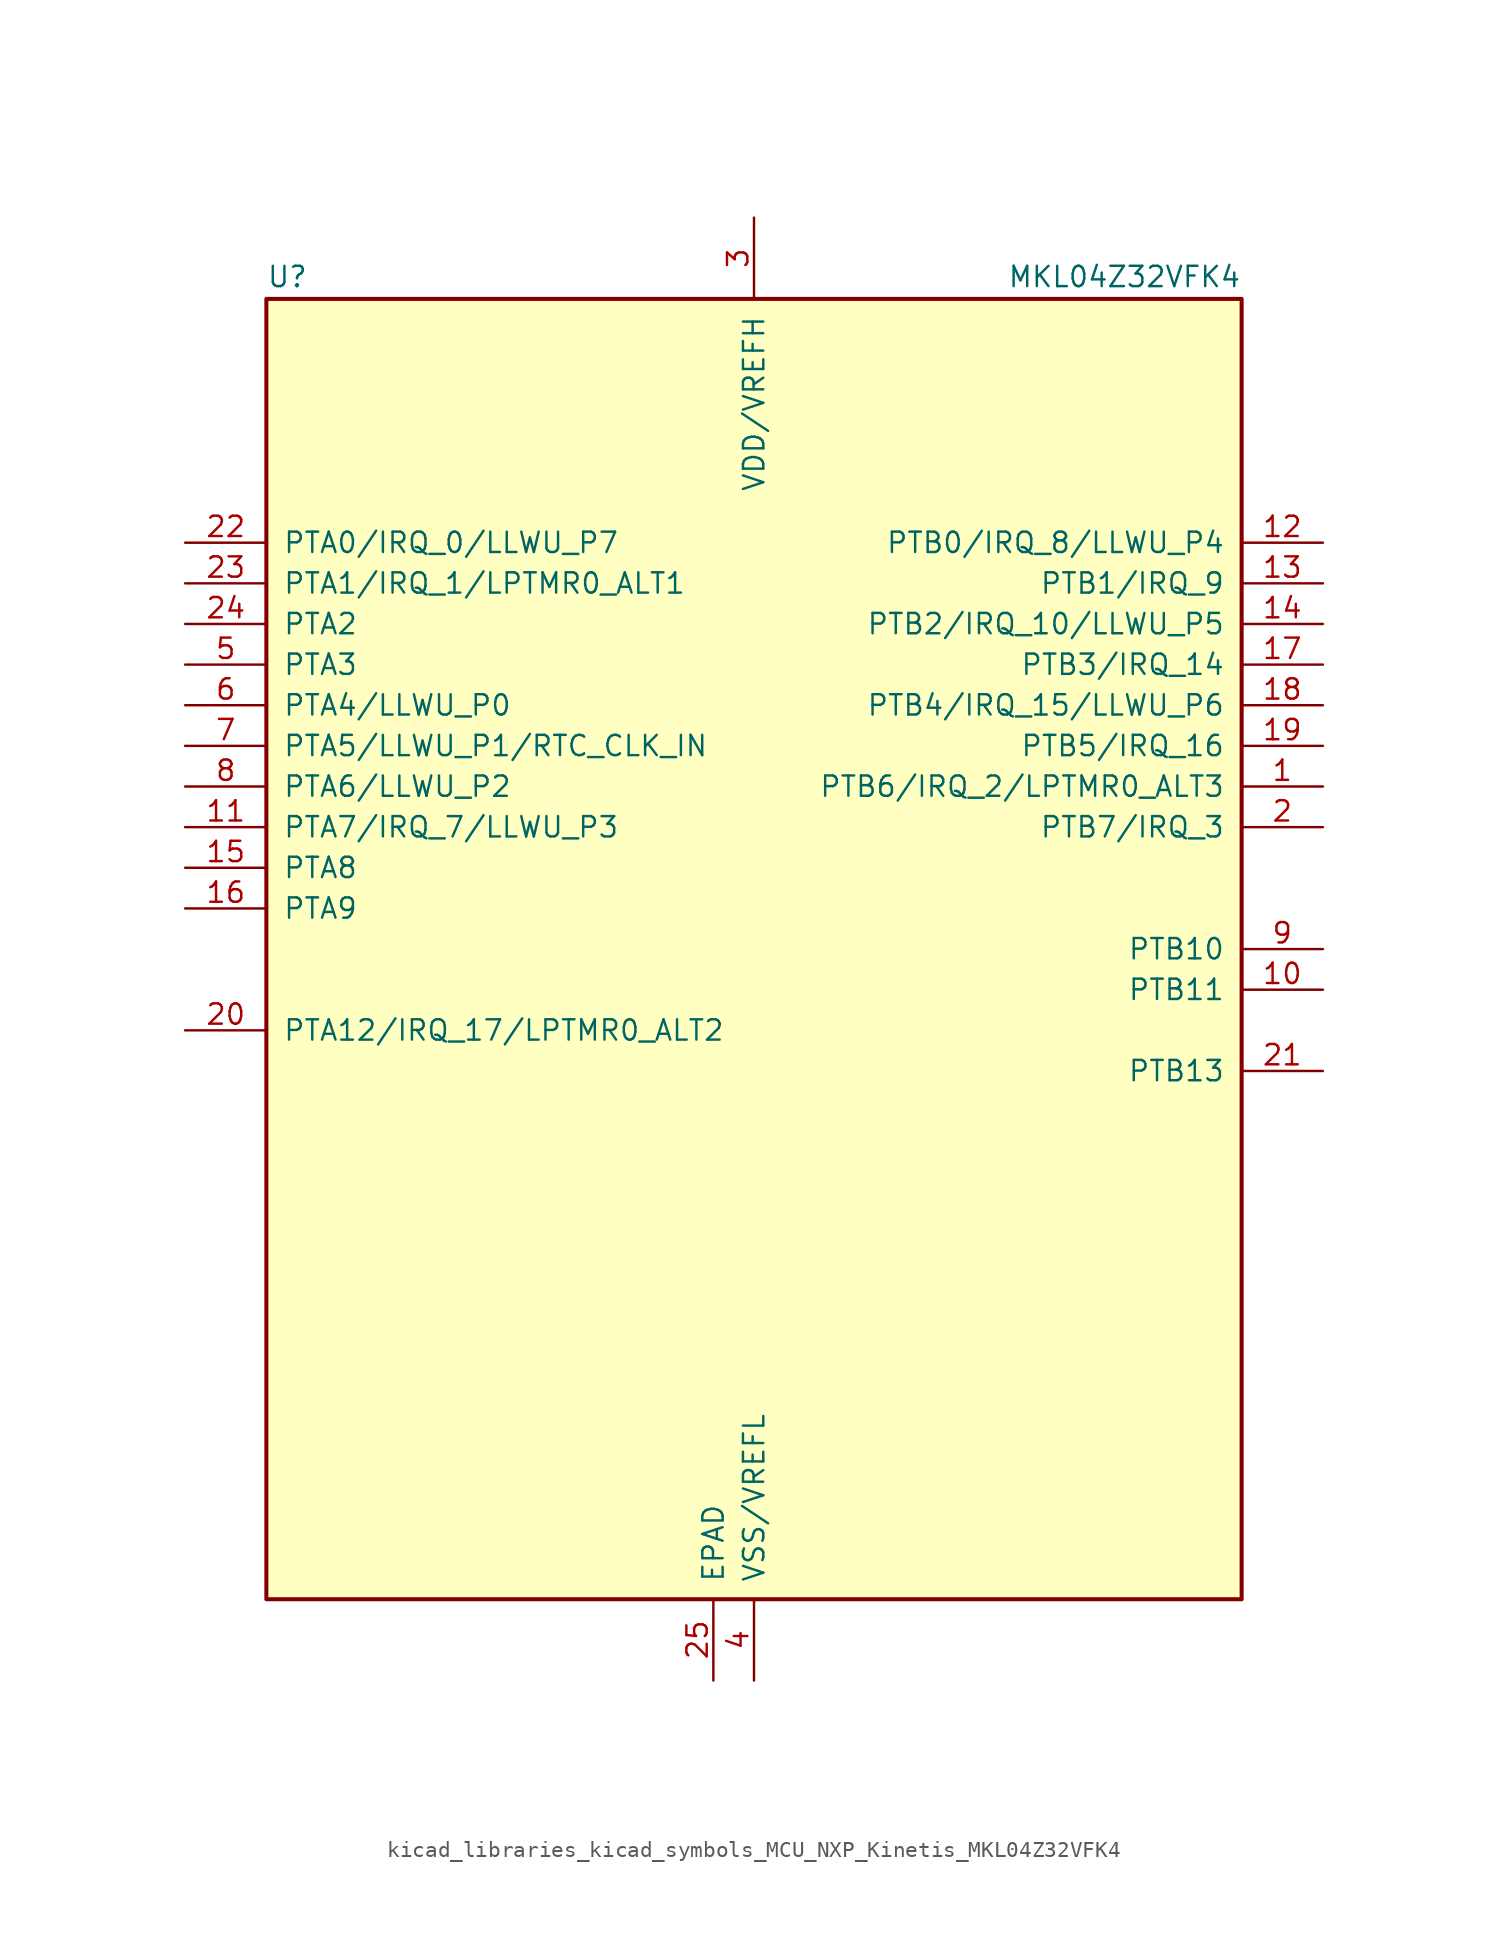
<source format=kicad_sym>
(kicad_symbol_lib
  (version 20220914)
  (generator kicad_symbol_editor)
  (symbol "kicad_libraries_kicad_symbols_MCU_NXP_Kinetis_MKL04Z32VFK4"
    (pin_names
      (offset 1.016))
    (property "Reference" "U"
      (at -30.48 41.275 0)
      (effects (font (size 1.27 1.27)) (justify left bottom)))
    (property "Value" "MKL04Z32VFK4"
      (at 30.48 41.275 0)
      (effects (font (size 1.27 1.27)) (justify right bottom)))
    (symbol "kicad_libraries_kicad_symbols_MCU_NXP_Kinetis_MKL04Z32VFK4_0_1"
      (rectangle (start -30.48 40.64) (end 30.48 -40.64) (stroke (width 0.254) (type default)) (fill (type background))))
    (symbol "kicad_libraries_kicad_symbols_MCU_NXP_Kinetis_MKL04Z32VFK4_1_1"
      (pin bidirectional line (at 35.56 10.16 180) (length 5.08) (name "PTB6/IRQ_2/LPTMR0_ALT3" (effects (font (size 1.27 1.27)))) (number "1" (effects (font (size 1.27 1.27)))))
      (pin bidirectional line (at 35.56 -2.54 180) (length 5.08) (name "PTB11" (effects (font (size 1.27 1.27)))) (number "10" (effects (font (size 1.27 1.27)))))
      (pin bidirectional line (at -35.56 7.62 0) (length 5.08) (name "PTA7/IRQ_7/LLWU_P3" (effects (font (size 1.27 1.27)))) (number "11" (effects (font (size 1.27 1.27)))))
      (pin bidirectional line (at 35.56 25.4 180) (length 5.08) (name "PTB0/IRQ_8/LLWU_P4" (effects (font (size 1.27 1.27)))) (number "12" (effects (font (size 1.27 1.27)))))
      (pin bidirectional line (at 35.56 22.86 180) (length 5.08) (name "PTB1/IRQ_9" (effects (font (size 1.27 1.27)))) (number "13" (effects (font (size 1.27 1.27)))))
      (pin bidirectional line (at 35.56 20.32 180) (length 5.08) (name "PTB2/IRQ_10/LLWU_P5" (effects (font (size 1.27 1.27)))) (number "14" (effects (font (size 1.27 1.27)))))
      (pin bidirectional line (at -35.56 5.08 0) (length 5.08) (name "PTA8" (effects (font (size 1.27 1.27)))) (number "15" (effects (font (size 1.27 1.27)))))
      (pin bidirectional line (at -35.56 2.54 0) (length 5.08) (name "PTA9" (effects (font (size 1.27 1.27)))) (number "16" (effects (font (size 1.27 1.27)))))
      (pin bidirectional line (at 35.56 17.78 180) (length 5.08) (name "PTB3/IRQ_14" (effects (font (size 1.27 1.27)))) (number "17" (effects (font (size 1.27 1.27)))))
      (pin bidirectional line (at 35.56 15.24 180) (length 5.08) (name "PTB4/IRQ_15/LLWU_P6" (effects (font (size 1.27 1.27)))) (number "18" (effects (font (size 1.27 1.27)))))
      (pin bidirectional line (at 35.56 12.7 180) (length 5.08) (name "PTB5/IRQ_16" (effects (font (size 1.27 1.27)))) (number "19" (effects (font (size 1.27 1.27)))))
      (pin bidirectional line (at 35.56 7.62 180) (length 5.08) (name "PTB7/IRQ_3" (effects (font (size 1.27 1.27)))) (number "2" (effects (font (size 1.27 1.27)))))
      (pin bidirectional line (at -35.56 -5.08 0) (length 5.08) (name "PTA12/IRQ_17/LPTMR0_ALT2" (effects (font (size 1.27 1.27)))) (number "20" (effects (font (size 1.27 1.27)))))
      (pin bidirectional line (at 35.56 -7.62 180) (length 5.08) (name "PTB13" (effects (font (size 1.27 1.27)))) (number "21" (effects (font (size 1.27 1.27)))))
      (pin bidirectional line (at -35.56 25.4 0) (length 5.08) (name "PTA0/IRQ_0/LLWU_P7" (effects (font (size 1.27 1.27)))) (number "22" (effects (font (size 1.27 1.27)))))
      (pin bidirectional line (at -35.56 22.86 0) (length 5.08) (name "PTA1/IRQ_1/LPTMR0_ALT1" (effects (font (size 1.27 1.27)))) (number "23" (effects (font (size 1.27 1.27)))))
      (pin bidirectional line (at -35.56 20.32 0) (length 5.08) (name "PTA2" (effects (font (size 1.27 1.27)))) (number "24" (effects (font (size 1.27 1.27)))))
      (pin power_in line (at -2.54 -45.72 90) (length 5.08) (name "EPAD" (effects (font (size 1.27 1.27)))) (number "25" (effects (font (size 1.27 1.27)))))
      (pin power_in line (at 0 45.72 270) (length 5.08) (name "VDD/VREFH" (effects (font (size 1.27 1.27)))) (number "3" (effects (font (size 1.27 1.27)))))
      (pin power_in line (at 0 -45.72 90) (length 5.08) (name "VSS/VREFL" (effects (font (size 1.27 1.27)))) (number "4" (effects (font (size 1.27 1.27)))))
      (pin bidirectional line (at -35.56 17.78 0) (length 5.08) (name "PTA3" (effects (font (size 1.27 1.27)))) (number "5" (effects (font (size 1.27 1.27)))))
      (pin bidirectional line (at -35.56 15.24 0) (length 5.08) (name "PTA4/LLWU_P0" (effects (font (size 1.27 1.27)))) (number "6" (effects (font (size 1.27 1.27)))))
      (pin bidirectional line (at -35.56 12.7 0) (length 5.08) (name "PTA5/LLWU_P1/RTC_CLK_IN" (effects (font (size 1.27 1.27)))) (number "7" (effects (font (size 1.27 1.27)))))
      (pin bidirectional line (at -35.56 10.16 0) (length 5.08) (name "PTA6/LLWU_P2" (effects (font (size 1.27 1.27)))) (number "8" (effects (font (size 1.27 1.27)))))
      (pin bidirectional line (at 35.56 0 180) (length 5.08) (name "PTB10" (effects (font (size 1.27 1.27)))) (number "9" (effects (font (size 1.27 1.27))))))))
</source>
